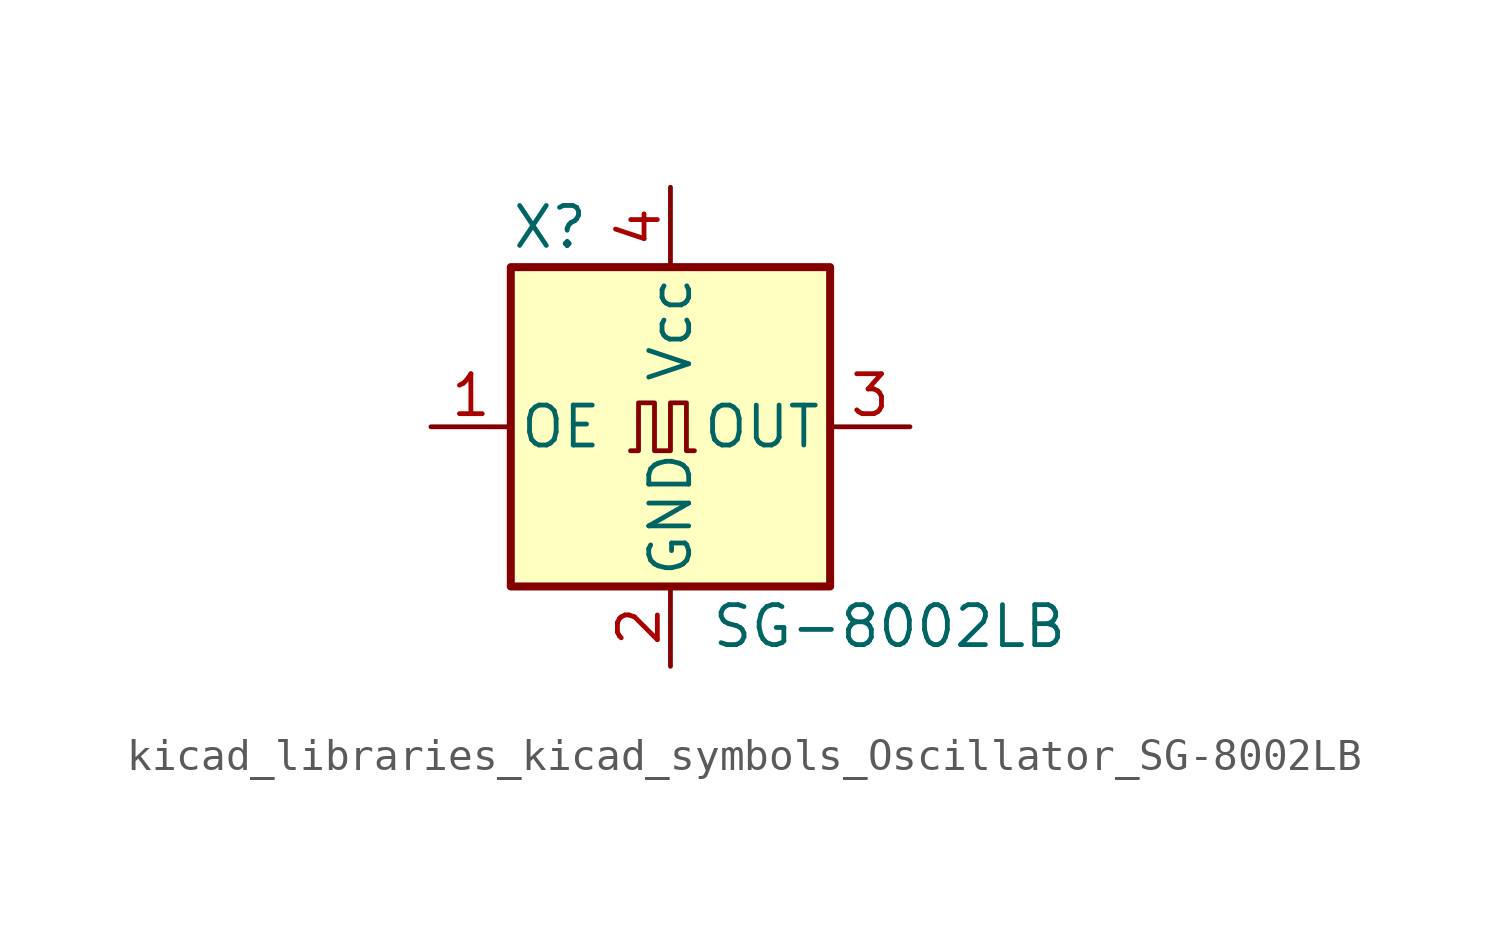
<source format=kicad_sym>
(kicad_symbol_lib
  (version 20220914)
  (generator kicad_symbol_editor)
  (symbol "kicad_libraries_kicad_symbols_Oscillator_SG-8002LB"
    (pin_names
      (offset 0.254))
    (property "Reference" "X"
      (at -5.08 6.35 0)
      (effects (font (size 1.27 1.27)) (justify left)))
    (property "Value" "SG-8002LB"
      (at 1.27 -6.35 0)
      (effects (font (size 1.27 1.27)) (justify left)))
    (symbol "kicad_libraries_kicad_symbols_Oscillator_SG-8002LB_0_1"
      (rectangle (start -5.08 5.08) (end 5.08 -5.08) (stroke (width 0.254) (type default)) (fill (type background)))
      (polyline (pts (xy -1.27 -0.762) (xy -1.016 -0.762) (xy -1.016 0.762) (xy -0.508 0.762) (xy -0.508 -0.762) (xy 0 -0.762) (xy 0 0.762) (xy 0.508 0.762) (xy 0.508 -0.762) (xy 0.762 -0.762)) (stroke (width 0) (type default)) (fill (type none))))
    (symbol "kicad_libraries_kicad_symbols_Oscillator_SG-8002LB_1_1"
      (pin input line (at -7.62 0 0) (length 2.54) (name "OE" (effects (font (size 1.27 1.27)))) (number "1" (effects (font (size 1.27 1.27)))))
      (pin power_in line (at 0 -7.62 90) (length 2.54) (name "GND" (effects (font (size 1.27 1.27)))) (number "2" (effects (font (size 1.27 1.27)))))
      (pin output line (at 7.62 0 180) (length 2.54) (name "OUT" (effects (font (size 1.27 1.27)))) (number "3" (effects (font (size 1.27 1.27)))))
      (pin power_in line (at 0 7.62 270) (length 2.54) (name "Vcc" (effects (font (size 1.27 1.27)))) (number "4" (effects (font (size 1.27 1.27))))))))
</source>
